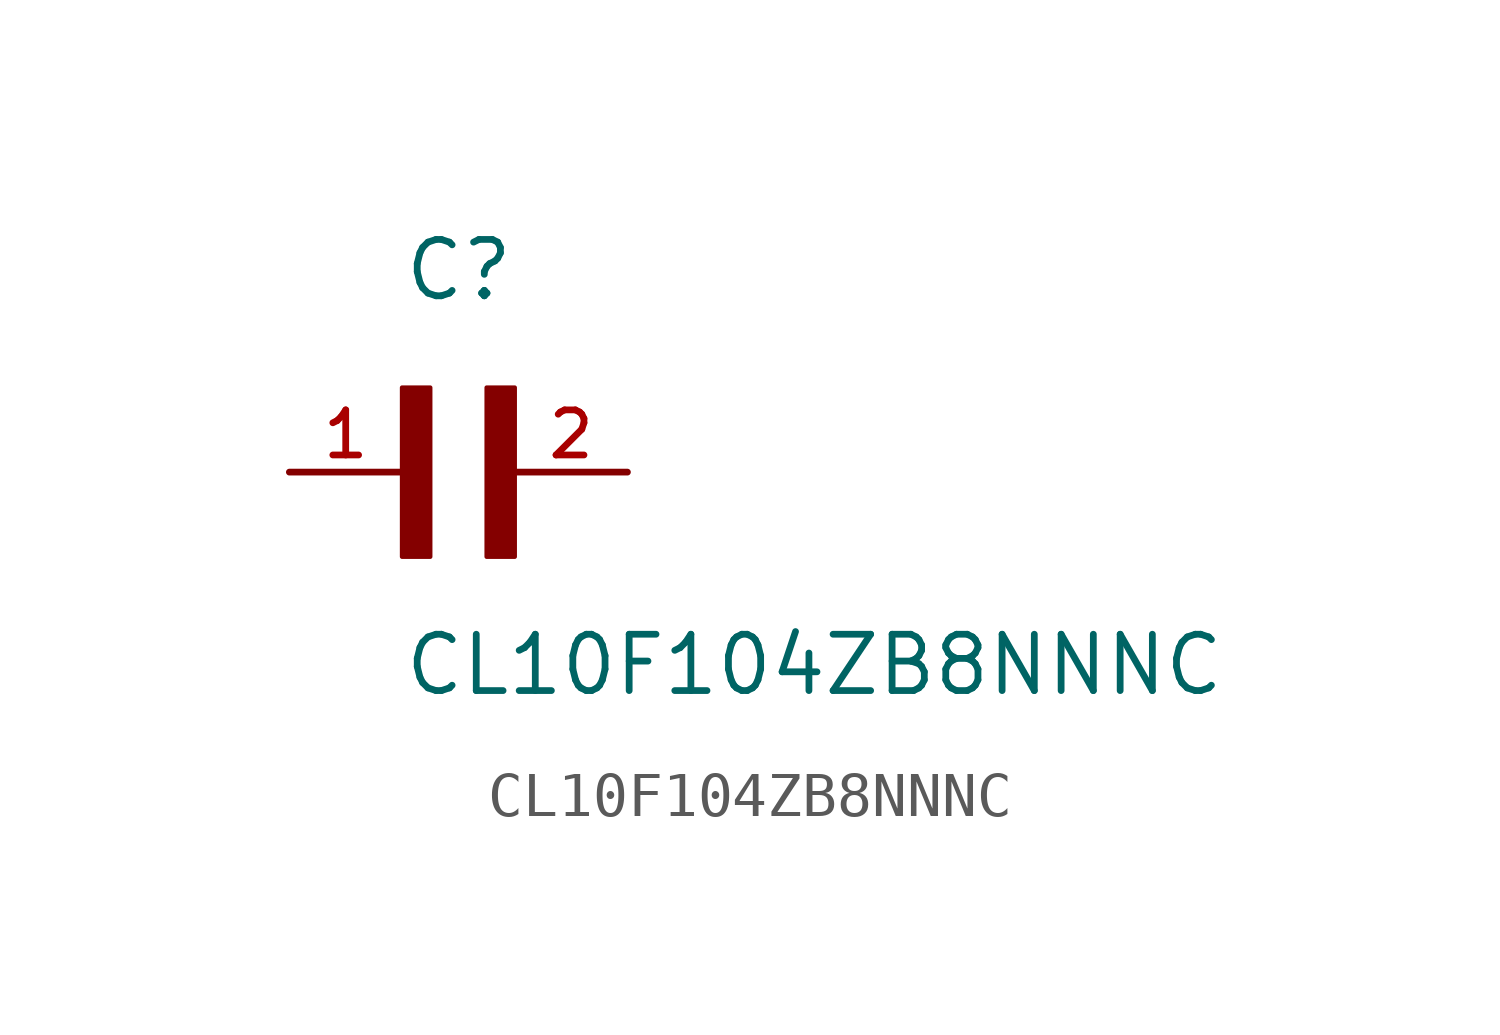
<source format=kicad_sym>
(kicad_symbol_lib
  (version 20211014)
  (generator kicad_symbol_editor)
  (symbol "CL10F104ZB8NNNC"
    (pin_names
      (offset 1.016))
    (property "Reference" "C"
      (at 0.0 3.811 0)
      (effects (font (size 1.27 1.27)) (justify bottom left)))
    (property "Value" "CL10F104ZB8NNNC"
      (at 0.0 -5.088 0)
      (effects (font (size 1.27 1.27)) (justify bottom left)))
    (symbol "CL10F104ZB8NNNC_0_0"
      (rectangle (start 0.0 -1.907) (end 0.635 1.905) (stroke (width 0.1)) (fill (type outline)))
      (rectangle (start 1.907 -1.907) (end 2.54 1.905) (stroke (width 0.1)) (fill (type outline)))
      (pin passive line (at 5.08 0.0 180.0) (length 2.54) (name "~" (effects (font (size 1.016 1.016)))) (number "2" (effects (font (size 1.016 1.016)))))
      (pin passive line (at -2.54 0.0 0) (length 2.54) (name "~" (effects (font (size 1.016 1.016)))) (number "1" (effects (font (size 1.016 1.016))))))))
</source>
